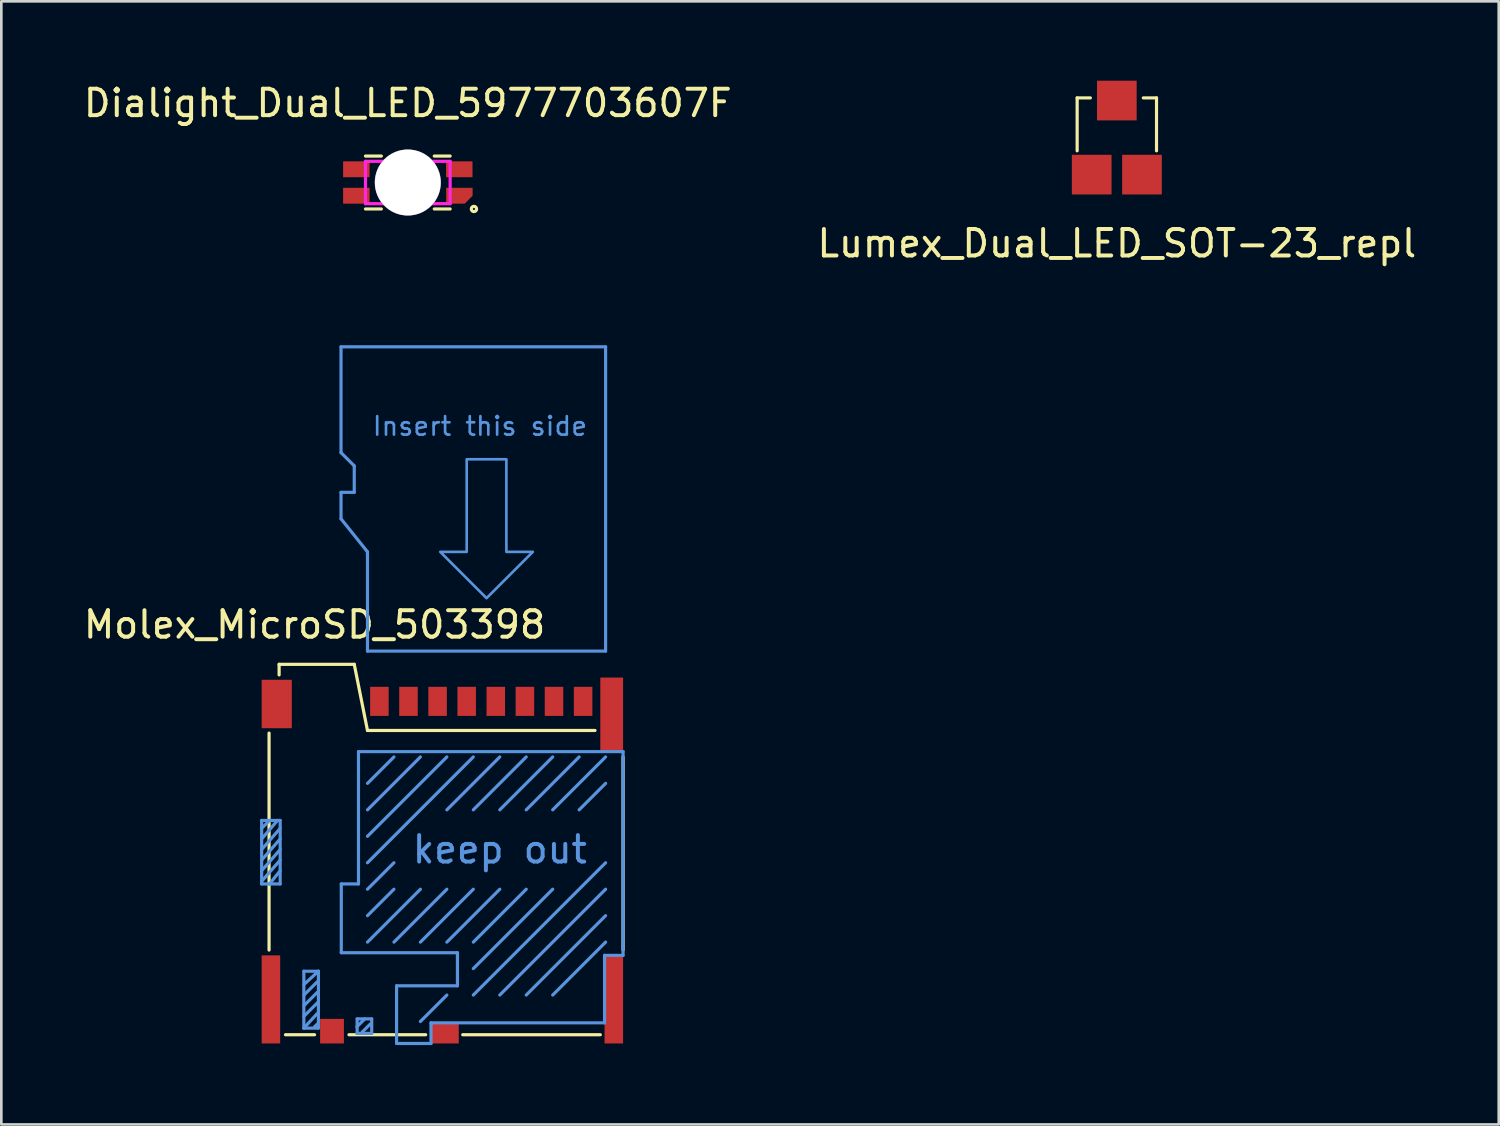
<source format=kicad_pcb>
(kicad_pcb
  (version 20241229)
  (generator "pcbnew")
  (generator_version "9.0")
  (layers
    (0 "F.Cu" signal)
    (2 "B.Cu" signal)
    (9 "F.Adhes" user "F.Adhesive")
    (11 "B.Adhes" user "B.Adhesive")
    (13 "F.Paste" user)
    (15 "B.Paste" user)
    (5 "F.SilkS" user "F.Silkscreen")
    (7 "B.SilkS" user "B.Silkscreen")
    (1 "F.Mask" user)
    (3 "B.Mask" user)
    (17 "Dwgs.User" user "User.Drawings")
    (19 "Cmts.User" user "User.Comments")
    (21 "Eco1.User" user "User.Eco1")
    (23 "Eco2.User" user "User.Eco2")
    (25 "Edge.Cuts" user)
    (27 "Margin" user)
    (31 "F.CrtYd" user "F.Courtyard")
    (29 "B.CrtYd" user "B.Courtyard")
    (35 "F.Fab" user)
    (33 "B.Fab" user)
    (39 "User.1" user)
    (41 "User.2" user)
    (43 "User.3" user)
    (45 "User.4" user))
  (footprint "Dialight_Dual_LED_5977703607F"
    (layer "F.Cu")
    (at 12.363 3.848)
    (property "Reference" "Dialight_Dual_LED_5977703607F" (at 0 -3 0) (layer "F.SilkS") (effects (font (size 1 1) (thickness 0.15))))
    (attr through_hole)
    (fp_line (start -1.6 1) (end -1 1) (stroke (width 0.12) (type solid)) (layer "F.SilkS"))
    (fp_line (start -1 -1) (end -1.6 -1) (stroke (width 0.12) (type solid)) (layer "F.SilkS"))
    (fp_line (start 1 1) (end 1.6 1) (stroke (width 0.12) (type solid)) (layer "F.SilkS"))
    (fp_line (start 1.6 -1) (end 1 -1) (stroke (width 0.12) (type solid)) (layer "F.SilkS"))
    (fp_circle (center 2.5 1) (end 2.6 1) (stroke (width 0.12) (type solid)) (fill no) (layer "F.SilkS"))
    (fp_line (start -1.6 -0.8) (end 1.6 -0.8) (stroke (width 0.12) (type solid)) (layer "F.CrtYd"))
    (fp_line (start -1.6 0.8) (end -1.6 -0.8) (stroke (width 0.12) (type solid)) (layer "F.CrtYd"))
    (fp_line (start 1.6 -0.8) (end 1.6 0.8) (stroke (width 0.12) (type solid)) (layer "F.CrtYd"))
    (fp_line (start 1.6 0.8) (end -1.6 0.8) (stroke (width 0.12) (type solid)) (layer "F.CrtYd"))
    (pad "" np_thru_hole circle (at 0 0) (size 2.5 2.5) (drill 2.49) (layers "*.Cu" "*.Mask"))
    (pad "1" smd custom (at 1.8 0.5) (size 0.6 0.6) (layers "F.Cu" "F.Mask" "F.Paste") (options (anchor rect)) (primitives (gr_poly (pts (xy 0.35 0.3) (xy 0.65 0) (xy 0.65 -0.3) (xy -0.35 -0.3) (xy -0.35 0.3)) (width 0) (fill yes))))
    (pad "2" smd rect (at -1.945 0.5) (size 1 0.6) (layers "F.Cu" "F.Mask" "F.Paste"))
    (pad "3" smd rect (at 1.945 -0.5) (size 1 0.6) (layers "F.Cu" "F.Mask" "F.Paste"))
    (pad "4" smd rect (at -1.945 -0.5) (size 1 0.6) (layers "F.Cu" "F.Mask" "F.Paste")))
  (footprint "Lumex_Dual_LED_SOT-23_repl"
    (layer "F.Cu")
    (at 39.161 2.15)
    (property "Reference" "Lumex_Dual_LED_SOT-23_repl" (at 0 4 0) (layer "F.SilkS") (effects (font (size 1 1) (thickness 0.15))))
    (attr through_hole)
    (fp_line (start -1.5 -1.5) (end -1 -1.5) (stroke (width 0.12) (type solid)) (layer "F.SilkS"))
    (fp_line (start -1.5 0.5) (end -1.5 -1.5) (stroke (width 0.12) (type solid)) (layer "F.SilkS"))
    (fp_line (start 1 -1.5) (end 1.5 -1.5) (stroke (width 0.12) (type solid)) (layer "F.SilkS"))
    (fp_line (start 1.5 -1.5) (end 1.5 0.5) (stroke (width 0.12) (type solid)) (layer "F.SilkS"))
    (pad "1" smd rect (at -0.95 1.4) (size 1.5 1.5) (layers "F.Cu" "F.Mask" "F.Paste"))
    (pad "2" smd rect (at 0.95 1.4) (size 1.5 1.5) (layers "F.Cu" "F.Mask" "F.Paste"))
    (pad "3" smd rect (at 0 -1.4) (size 1.5 1.5) (layers "F.Cu" "F.Mask" "F.Paste")))
  (footprint "Molex_MicroSD_503398"
    (layer "F.Cu")
    (at 6.839 22.558)
    (property "Reference" "Molex_MicroSD_503398" (at 2 -2 0) (layer "F.SilkS") (effects (font (size 1 1) (thickness 0.15))))
    (attr through_hole)
    (fp_line (start 0.28 2.1) (end 0.28 10.3) (stroke (width 0.12) (type solid)) (layer "F.SilkS"))
    (fp_line (start 0.66 -0.5) (end 0.66 -0.1) (stroke (width 0.12) (type solid)) (layer "F.SilkS"))
    (fp_line (start 0.66 -0.5) (end 3.5 -0.5) (stroke (width 0.12) (type solid)) (layer "F.SilkS"))
    (fp_line (start 2 13.5) (end 0.9 13.5) (stroke (width 0.12) (type solid)) (layer "F.SilkS"))
    (fp_line (start 3.5 -0.5) (end 4 2) (stroke (width 0.12) (type solid)) (layer "F.SilkS"))
    (fp_line (start 4 2) (end 12.6 2) (stroke (width 0.12) (type solid)) (layer "F.SilkS"))
    (fp_line (start 6.2 13.5) (end 3.3 13.5) (stroke (width 0.12) (type solid)) (layer "F.SilkS"))
    (fp_line (start 12.8 13.5) (end 7.6 13.5) (stroke (width 0.12) (type solid)) (layer "F.SilkS"))
    (fp_line (start 13.66 3) (end 13.66 10.3) (stroke (width 0.12) (type solid)) (layer "F.SilkS"))
    (fp_line (start 0 5.4) (end 0.7 5.4) (stroke (width 0.12) (type solid)) (layer "Cmts.User"))
    (fp_line (start 0 7.8) (end 0 5.4) (stroke (width 0.12) (type solid)) (layer "Cmts.User"))
    (fp_line (start 0.3 5.4) (end 0 5.7) (stroke (width 0.12) (type solid)) (layer "Cmts.User"))
    (fp_line (start 0.6 5.4) (end 0 6.1) (stroke (width 0.12) (type solid)) (layer "Cmts.User"))
    (fp_line (start 0.7 5.4) (end 0.7 7.8) (stroke (width 0.12) (type solid)) (layer "Cmts.User"))
    (fp_line (start 0.7 5.7) (end 0 6.5) (stroke (width 0.12) (type solid)) (layer "Cmts.User"))
    (fp_line (start 0.7 6.1) (end 0 6.9) (stroke (width 0.12) (type solid)) (layer "Cmts.User"))
    (fp_line (start 0.7 6.5) (end 0 7.3) (stroke (width 0.12) (type solid)) (layer "Cmts.User"))
    (fp_line (start 0.7 6.9) (end 0 7.7) (stroke (width 0.12) (type solid)) (layer "Cmts.User"))
    (fp_line (start 0.7 7.3) (end 0.3 7.8) (stroke (width 0.12) (type solid)) (layer "Cmts.User"))
    (fp_line (start 0.7 7.8) (end 0 7.8) (stroke (width 0.12) (type solid)) (layer "Cmts.User"))
    (fp_line (start 1.595 13.25) (end 1.595 11.1) (stroke (width 0.12) (type solid)) (layer "Cmts.User"))
    (fp_line (start 1.595 13.25) (end 2.145 13.25) (stroke (width 0.12) (type solid)) (layer "Cmts.User"))
    (fp_line (start 2.1 11.5) (end 1.6 12) (stroke (width 0.12) (type solid)) (layer "Cmts.User"))
    (fp_line (start 2.1 11.9) (end 1.6 12.4) (stroke (width 0.12) (type solid)) (layer "Cmts.User"))
    (fp_line (start 2.1 12.3) (end 1.6 12.8) (stroke (width 0.12) (type solid)) (layer "Cmts.User"))
    (fp_line (start 2.1 12.7) (end 1.595 13.25) (stroke (width 0.12) (type solid)) (layer "Cmts.User"))
    (fp_line (start 2.1 13.1) (end 2 13.2) (stroke (width 0.12) (type solid)) (layer "Cmts.User"))
    (fp_line (start 2.145 11.1) (end 1.595 11.1) (stroke (width 0.12) (type solid)) (layer "Cmts.User"))
    (fp_line (start 2.145 11.1) (end 1.6 11.6) (stroke (width 0.12) (type solid)) (layer "Cmts.User"))
    (fp_line (start 2.145 11.1) (end 2.145 13.25) (stroke (width 0.12) (type solid)) (layer "Cmts.User"))
    (fp_line (start 3 -12.5) (end 13 -12.5) (stroke (width 0.12) (type solid)) (layer "Cmts.User"))
    (fp_line (start 3 -8.5) (end 3 -12.5) (stroke (width 0.12) (type solid)) (layer "Cmts.User"))
    (fp_line (start 3 -7) (end 3.5 -7) (stroke (width 0.12) (type solid)) (layer "Cmts.User"))
    (fp_line (start 3 -6) (end 3 -7) (stroke (width 0.12) (type solid)) (layer "Cmts.User"))
    (fp_line (start 3.01 7.8) (end 3.66 7.8) (stroke (width 0.12) (type solid)) (layer "Cmts.User"))
    (fp_line (start 3.01 10.4) (end 3.01 7.8) (stroke (width 0.12) (type solid)) (layer "Cmts.User"))
    (fp_line (start 3.5 -8) (end 3 -8.5) (stroke (width 0.12) (type solid)) (layer "Cmts.User"))
    (fp_line (start 3.5 -7) (end 3.5 -8) (stroke (width 0.12) (type solid)) (layer "Cmts.User"))
    (fp_line (start 3.61 12.9) (end 4.16 12.9) (stroke (width 0.12) (type solid)) (layer "Cmts.User"))
    (fp_line (start 3.61 13.45) (end 3.61 12.9) (stroke (width 0.12) (type solid)) (layer "Cmts.User"))
    (fp_line (start 3.66 2.8) (end 13.66 2.8) (stroke (width 0.12) (type solid)) (layer "Cmts.User"))
    (fp_line (start 3.66 7.8) (end 3.66 2.8) (stroke (width 0.12) (type solid)) (layer "Cmts.User"))
    (fp_line (start 3.9 12.9) (end 3.6 13.2) (stroke (width 0.12) (type solid)) (layer "Cmts.User"))
    (fp_line (start 4 -4.75) (end 3 -6) (stroke (width 0.12) (type solid)) (layer "Cmts.User"))
    (fp_line (start 4 -1) (end 4 -4.75) (stroke (width 0.12) (type solid)) (layer "Cmts.User"))
    (fp_line (start 4 5) (end 6 3) (stroke (width 0.12) (type solid)) (layer "Cmts.User"))
    (fp_line (start 4 7) (end 8 3) (stroke (width 0.12) (type solid)) (layer "Cmts.User"))
    (fp_line (start 4 8) (end 5 7) (stroke (width 0.12) (type solid)) (layer "Cmts.User"))
    (fp_line (start 4 10) (end 6 8) (stroke (width 0.12) (type solid)) (layer "Cmts.User"))
    (fp_line (start 4.1 13.1) (end 3.8 13.4) (stroke (width 0.12) (type solid)) (layer "Cmts.User"))
    (fp_line (start 4.16 12.9) (end 4.16 13.45) (stroke (width 0.12) (type solid)) (layer "Cmts.User"))
    (fp_line (start 4.16 13.45) (end 3.6 13.45) (stroke (width 0.12) (type solid)) (layer "Cmts.User"))
    (fp_line (start 5 3) (end 4 4) (stroke (width 0.12) (type solid)) (layer "Cmts.User"))
    (fp_line (start 5 8) (end 4 9) (stroke (width 0.12) (type solid)) (layer "Cmts.User"))
    (fp_line (start 5 10) (end 7 8) (stroke (width 0.12) (type solid)) (layer "Cmts.User"))
    (fp_line (start 5.1 11.65) (end 5.1 13.83) (stroke (width 0.12) (type solid)) (layer "Cmts.User"))
    (fp_line (start 6 10) (end 8 8) (stroke (width 0.12) (type solid)) (layer "Cmts.User"))
    (fp_line (start 6.4 13.05) (end 6.4 13.83) (stroke (width 0.12) (type solid)) (layer "Cmts.User"))
    (fp_line (start 6.4 13.83) (end 5.1 13.83) (stroke (width 0.12) (type solid)) (layer "Cmts.User"))
    (fp_line (start 7 3) (end 4 6) (stroke (width 0.12) (type solid)) (layer "Cmts.User"))
    (fp_line (start 7 10) (end 9 8) (stroke (width 0.12) (type solid)) (layer "Cmts.User"))
    (fp_line (start 7 12) (end 6 13) (stroke (width 0.12) (type solid)) (layer "Cmts.User"))
    (fp_line (start 7.4 10.4) (end 3.01 10.4) (stroke (width 0.12) (type solid)) (layer "Cmts.User"))
    (fp_line (start 7.4 10.4) (end 7.4 11.65) (stroke (width 0.12) (type solid)) (layer "Cmts.User"))
    (fp_line (start 7.4 11.65) (end 5.1 11.65) (stroke (width 0.12) (type solid)) (layer "Cmts.User"))
    (fp_line (start 8 5) (end 10 3) (stroke (width 0.12) (type solid)) (layer "Cmts.User"))
    (fp_line (start 8 10) (end 10 8) (stroke (width 0.12) (type solid)) (layer "Cmts.User"))
    (fp_line (start 8 12) (end 13 7) (stroke (width 0.12) (type solid)) (layer "Cmts.User"))
    (fp_line (start 9 3) (end 7 5) (stroke (width 0.12) (type solid)) (layer "Cmts.User"))
    (fp_line (start 9 5) (end 11 3) (stroke (width 0.12) (type solid)) (layer "Cmts.User"))
    (fp_line (start 10 5) (end 12 3) (stroke (width 0.12) (type solid)) (layer "Cmts.User"))
    (fp_line (start 10 12) (end 13 9) (stroke (width 0.12) (type solid)) (layer "Cmts.User"))
    (fp_line (start 11 5) (end 13 3) (stroke (width 0.12) (type solid)) (layer "Cmts.User"))
    (fp_line (start 11 8) (end 8 11) (stroke (width 0.12) (type solid)) (layer "Cmts.User"))
    (fp_line (start 12 5) (end 13 4) (stroke (width 0.12) (type solid)) (layer "Cmts.User"))
    (fp_line (start 12.96 10.5) (end 12.96 13.05) (stroke (width 0.12) (type solid)) (layer "Cmts.User"))
    (fp_line (start 12.96 13.05) (end 6.4 13.05) (stroke (width 0.12) (type solid)) (layer "Cmts.User"))
    (fp_line (start 13 -12.5) (end 13 -1) (stroke (width 0.12) (type solid)) (layer "Cmts.User"))
    (fp_line (start 13 -1) (end 4 -1) (stroke (width 0.12) (type solid)) (layer "Cmts.User"))
    (fp_line (start 13 8) (end 9 12) (stroke (width 0.12) (type solid)) (layer "Cmts.User"))
    (fp_line (start 13 10) (end 11 12) (stroke (width 0.12) (type solid)) (layer "Cmts.User"))
    (fp_line (start 13.66 2.8) (end 13.66 10.5) (stroke (width 0.12) (type solid)) (layer "Cmts.User"))
    (fp_line (start 13.66 10.5) (end 12.96 10.5) (stroke (width 0.12) (type solid)) (layer "Cmts.User"))
    (fp_poly (pts (xy 9.25 -4.75) (xy 10.25 -4.75) (xy 8.5 -3) (xy 6.75 -4.75) (xy 7.75 -4.75) (xy 7.75 -8.25) (xy 9.25 -8.25)) (stroke (width 0.1) (type solid)) (fill no) (layer "Cmts.User"))
    (fp_text user "keep out" (at 9 6.5 0) (layer "Cmts.User") (effects (font (size 1 1) (thickness 0.15))))
    (fp_text user "Insert this side" (at 8.25 -9.5 0) (layer "Cmts.User") (effects (font (size 0.7 0.7) (thickness 0.1))))
    (pad "1" smd rect (at 12.15 0.9) (size 0.7 1.1) (layers "F.Cu" "F.Mask" "F.Paste"))
    (pad "2" smd rect (at 11.05 0.9) (size 0.7 1.1) (layers "F.Cu" "F.Mask" "F.Paste"))
    (pad "3" smd rect (at 9.95 0.9) (size 0.7 1.1) (layers "F.Cu" "F.Mask" "F.Paste"))
    (pad "4" smd rect (at 8.85 0.9) (size 0.7 1.1) (layers "F.Cu" "F.Mask" "F.Paste"))
    (pad "5" smd rect (at 7.75 0.9) (size 0.7 1.1) (layers "F.Cu" "F.Mask" "F.Paste"))
    (pad "6" smd rect (at 6.65 0.9) (size 0.7 1.1) (layers "F.Cu" "F.Mask" "F.Paste"))
    (pad "7" smd rect (at 5.55 0.9) (size 0.7 1.1) (layers "F.Cu" "F.Mask" "F.Paste"))
    (pad "8" smd rect (at 4.45 0.9) (size 0.7 1.1) (layers "F.Cu" "F.Mask" "F.Paste"))
    (pad "9" smd rect (at 2.66 13.365) (size 0.9 0.93) (layers "F.Cu" "F.Mask" "F.Paste"))
    (pad "10" smd rect (at 6.925 13.44) (size 1.05 0.78) (layers "F.Cu" "F.Mask" "F.Paste"))
    (pad "11" smd rect (at 0.35 12.165) (size 0.7 3.33) (layers "F.Cu" "F.Mask" "F.Paste"))
    (pad "11" smd rect (at 0.57 1) (size 1.14 1.83) (layers "F.Cu" "F.Mask" "F.Paste"))
    (pad "11" smd rect (at 13.23 1.4) (size 0.86 2.8) (layers "F.Cu" "F.Mask" "F.Paste"))
    (pad "11" smd rect (at 13.31 12.165) (size 0.7 3.33) (layers "F.Cu" "F.Mask" "F.Paste")))
  (gr_rect
    (start -3 -3)
    (end 53.595 39.448)
    (stroke (width 0.1) (type default))
    (fill no)
    (layer "Edge.Cuts")))
</source>
